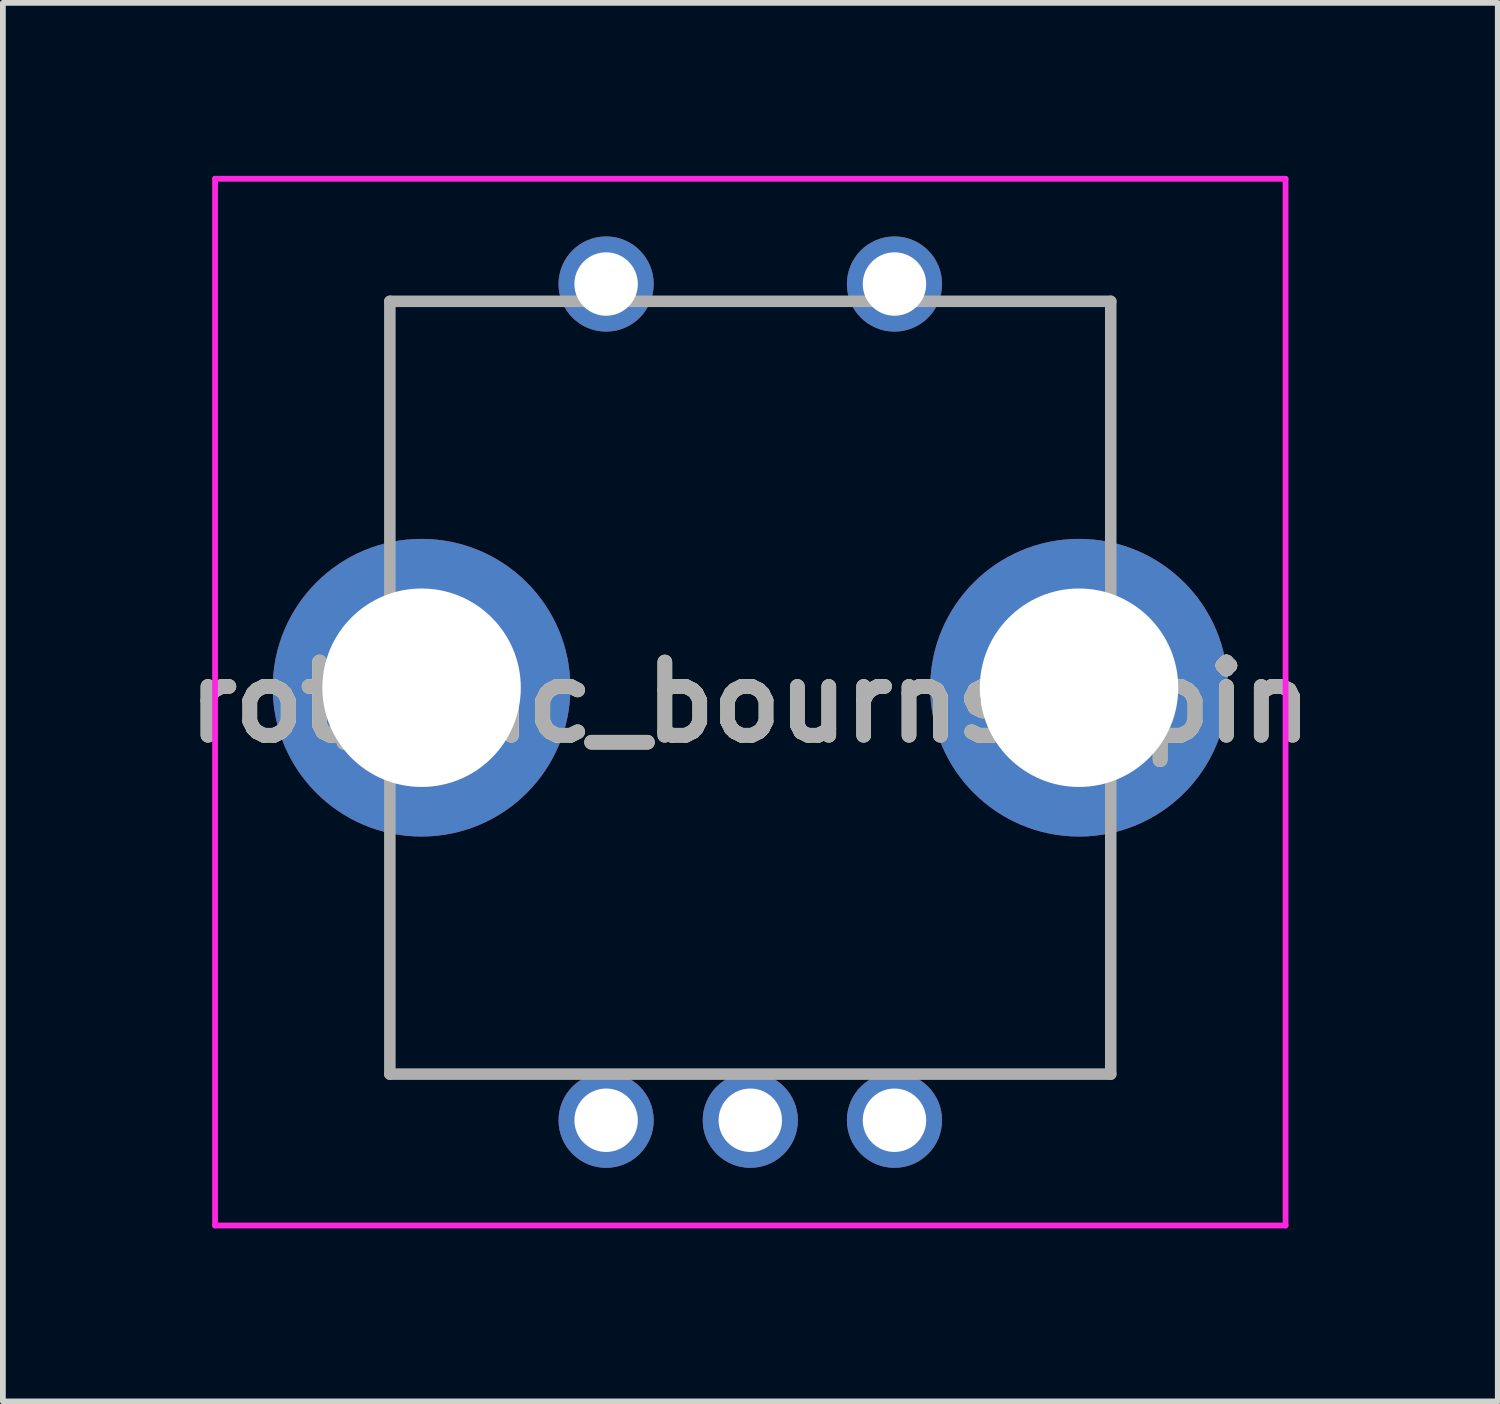
<source format=kicad_pcb>
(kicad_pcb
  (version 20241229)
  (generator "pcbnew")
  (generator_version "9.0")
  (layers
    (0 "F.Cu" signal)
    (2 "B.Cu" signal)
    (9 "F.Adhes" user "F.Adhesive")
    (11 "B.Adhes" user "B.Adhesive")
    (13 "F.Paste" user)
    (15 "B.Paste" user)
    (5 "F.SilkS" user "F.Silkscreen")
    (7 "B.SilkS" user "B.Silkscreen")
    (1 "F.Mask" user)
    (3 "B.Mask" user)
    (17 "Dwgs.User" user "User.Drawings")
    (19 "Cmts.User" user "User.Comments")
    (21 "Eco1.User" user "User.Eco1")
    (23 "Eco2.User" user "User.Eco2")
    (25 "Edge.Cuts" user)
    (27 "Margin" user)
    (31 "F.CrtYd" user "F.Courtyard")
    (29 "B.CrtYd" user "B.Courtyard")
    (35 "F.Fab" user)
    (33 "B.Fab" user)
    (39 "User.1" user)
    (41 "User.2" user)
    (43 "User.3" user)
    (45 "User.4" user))
  (footprint "rot_enc_bourns_7pin"
    (layer "F.Cu")
    (at 9.96 9.125)
    (property "Reference" "rot_enc_bourns_7pin" (at 0 0 0) (layer "F.SilkS") (effects (font (size 1.27 1.27) (thickness 0.254))))
    (attr through_hole)
    (fp_line (start -6.25 -6.95) (end -4 -6.95) (stroke (width 0.15) (type solid)) (layer "F.SilkS"))
    (fp_line (start -6.25 -3.25) (end -6.25 -6.95) (stroke (width 0.15) (type solid)) (layer "F.SilkS"))
    (fp_line (start -6.25 2.75) (end -6.25 6.45) (stroke (width 0.15) (type solid)) (layer "F.SilkS"))
    (fp_line (start -6.25 6.45) (end -4 6.45) (stroke (width 0.15) (type solid)) (layer "F.SilkS"))
    (fp_line (start 4 -6.95) (end 6.25 -6.95) (stroke (width 0.15) (type solid)) (layer "F.SilkS"))
    (fp_line (start 4 6.45) (end 6.25 6.45) (stroke (width 0.15) (type solid)) (layer "F.SilkS"))
    (fp_line (start 6.25 -6.95) (end 6.25 -3.25) (stroke (width 0.15) (type solid)) (layer "F.SilkS"))
    (fp_line (start 6.25 6.45) (end 6.25 2.75) (stroke (width 0.15) (type solid)) (layer "F.SilkS"))
    (fp_line (start -9.281 -9.075) (end 9.281 -9.075) (stroke (width 0.1) (type solid)) (layer "F.CrtYd"))
    (fp_line (start -9.281 9.075) (end -9.281 -9.075) (stroke (width 0.1) (type solid)) (layer "F.CrtYd"))
    (fp_line (start 9.281 -9.075) (end 9.281 9.075) (stroke (width 0.1) (type solid)) (layer "F.CrtYd"))
    (fp_line (start 9.281 9.075) (end -9.281 9.075) (stroke (width 0.1) (type solid)) (layer "F.CrtYd"))
    (fp_line (start -6.25 -6.95) (end 6.25 -6.95) (stroke (width 0.2) (type solid)) (layer "F.Fab"))
    (fp_line (start -6.25 6.45) (end -6.25 -6.95) (stroke (width 0.2) (type solid)) (layer "F.Fab"))
    (fp_line (start 6.25 -6.95) (end 6.25 6.45) (stroke (width 0.2) (type solid)) (layer "F.Fab"))
    (fp_line (start 6.25 6.45) (end -6.25 6.45) (stroke (width 0.2) (type solid)) (layer "F.Fab"))
    (fp_text user "${REFERENCE}" (at 0 0 0) (layer "F.Fab") (effects (font (size 1.27 1.27) (thickness 0.254))))
    (pad "A" thru_hole circle (at -2.5 7.25) (size 1.65 1.65) (drill 1.1) (layers "*.Cu" "*.Mask"))
    (pad "B" thru_hole circle (at 2.5 7.25) (size 1.65 1.65) (drill 1.1) (layers "*.Cu" "*.Mask"))
    (pad "C" thru_hole circle (at 0 7.25) (size 1.65 1.65) (drill 1.1) (layers "*.Cu" "*.Mask"))
    (pad "MH1" thru_hole circle (at -5.7 -0.25) (size 5.161 5.161) (drill 3.441) (layers "*.Cu" "*.Mask"))
    (pad "MH2" thru_hole circle (at 5.7 -0.25) (size 5.161 5.161) (drill 3.441) (layers "*.Cu" "*.Mask"))
    (pad "S1" thru_hole circle (at -2.5 -7.25) (size 1.65 1.65) (drill 1.1) (layers "*.Cu" "*.Mask"))
    (pad "S2" thru_hole circle (at 2.5 -7.25) (size 1.65 1.65) (drill 1.1) (layers "*.Cu" "*.Mask")))
  (gr_rect
    (start -3 -3)
    (end 22.921 21.25)
    (stroke (width 0.1) (type default))
    (fill no)
    (layer "Edge.Cuts")))
</source>
